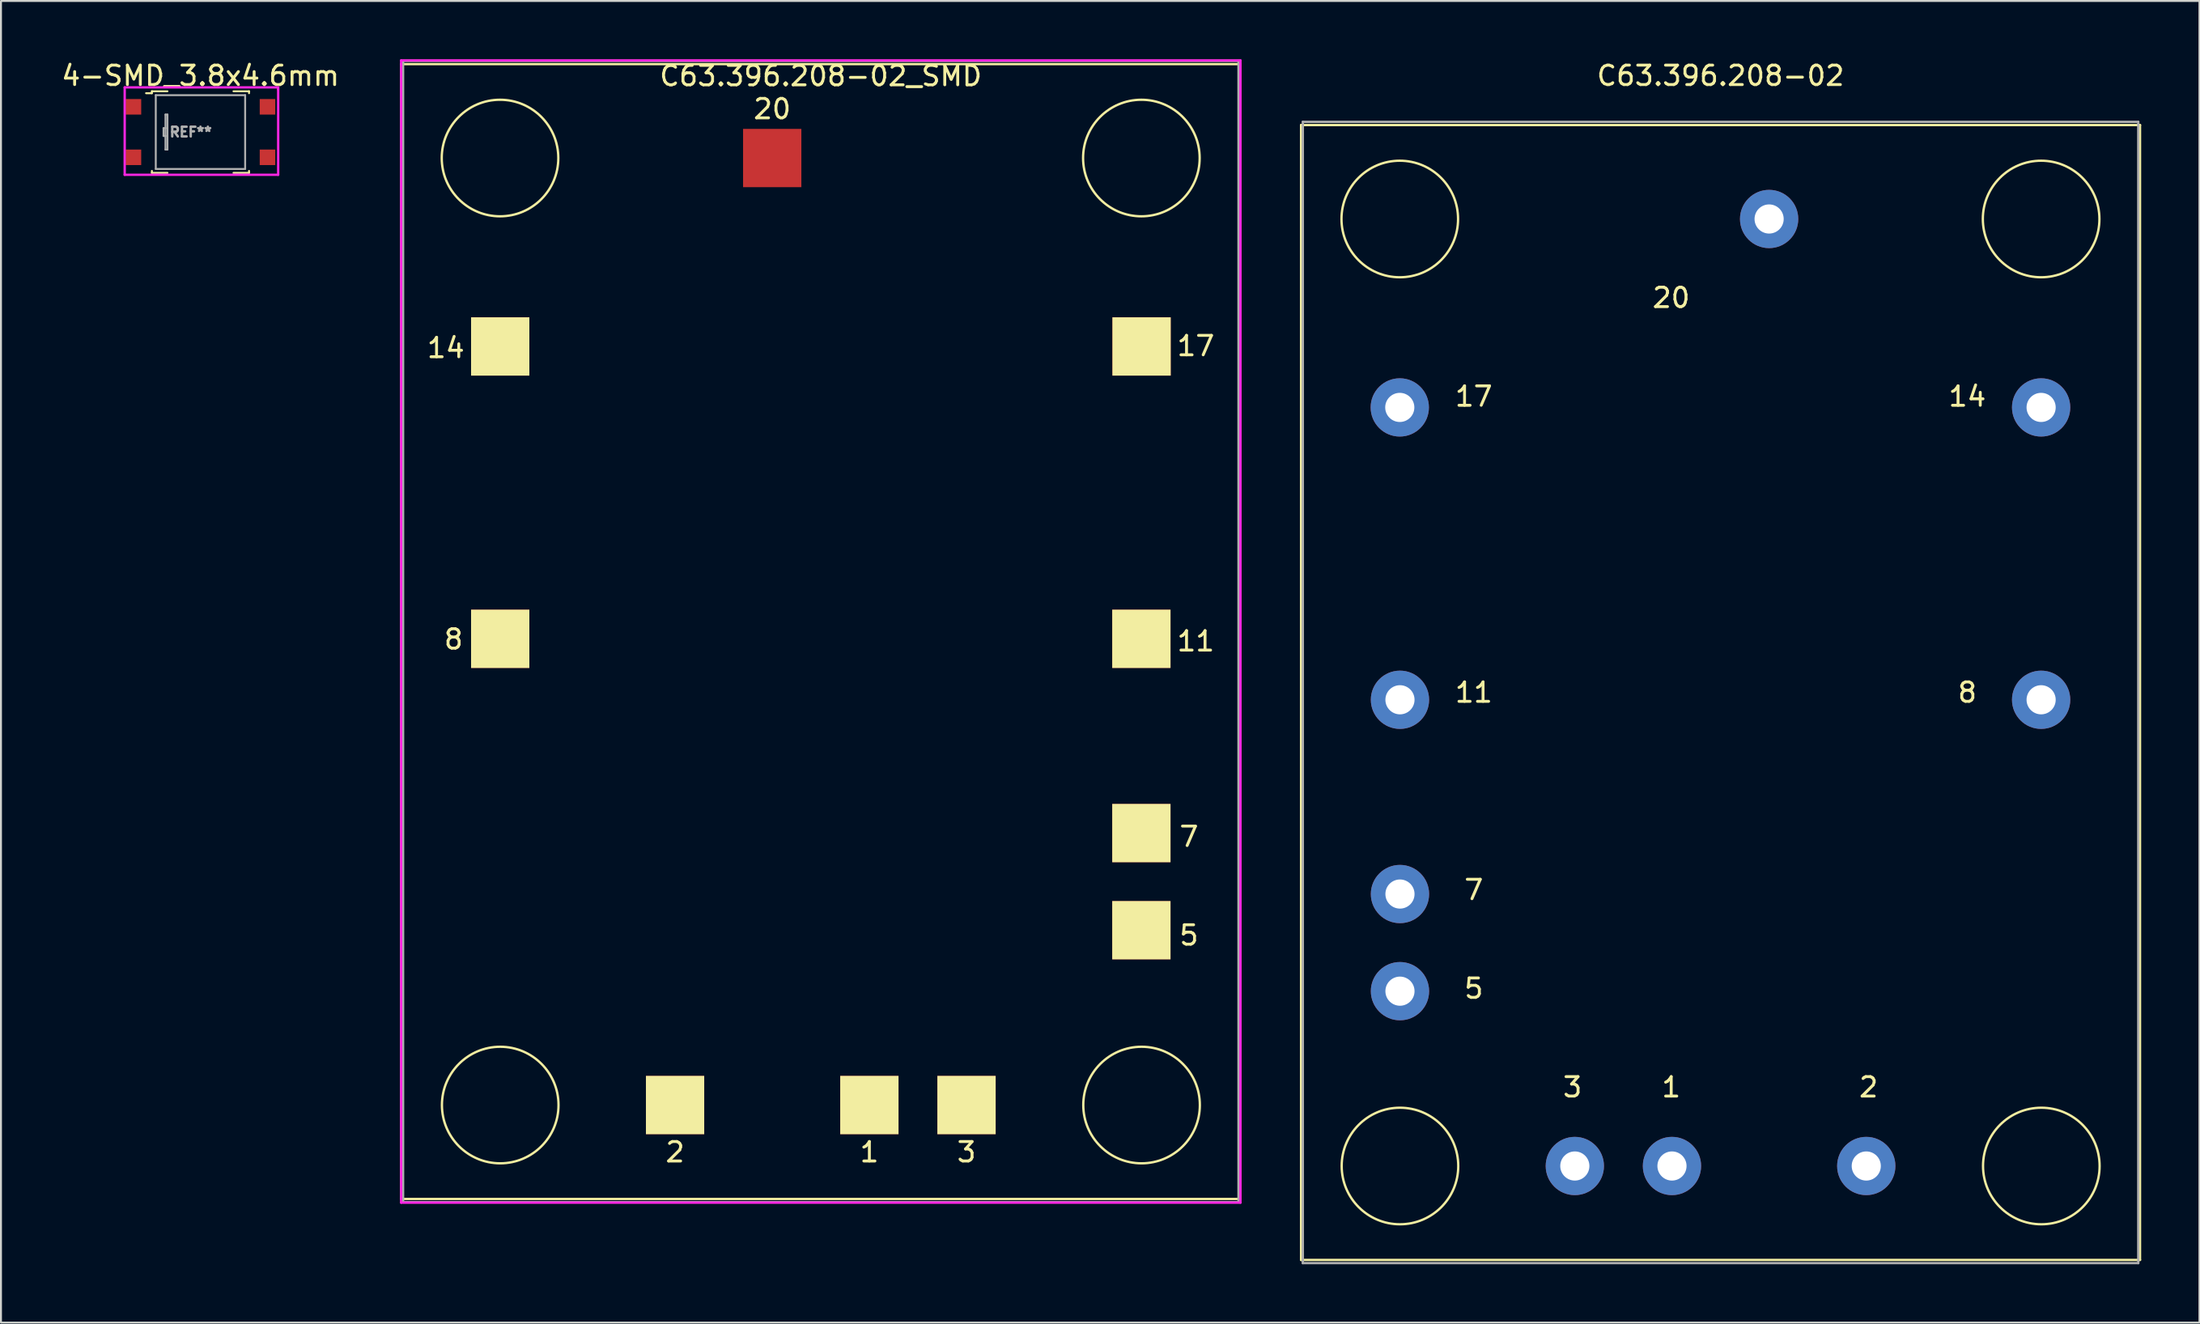
<source format=kicad_pcb>
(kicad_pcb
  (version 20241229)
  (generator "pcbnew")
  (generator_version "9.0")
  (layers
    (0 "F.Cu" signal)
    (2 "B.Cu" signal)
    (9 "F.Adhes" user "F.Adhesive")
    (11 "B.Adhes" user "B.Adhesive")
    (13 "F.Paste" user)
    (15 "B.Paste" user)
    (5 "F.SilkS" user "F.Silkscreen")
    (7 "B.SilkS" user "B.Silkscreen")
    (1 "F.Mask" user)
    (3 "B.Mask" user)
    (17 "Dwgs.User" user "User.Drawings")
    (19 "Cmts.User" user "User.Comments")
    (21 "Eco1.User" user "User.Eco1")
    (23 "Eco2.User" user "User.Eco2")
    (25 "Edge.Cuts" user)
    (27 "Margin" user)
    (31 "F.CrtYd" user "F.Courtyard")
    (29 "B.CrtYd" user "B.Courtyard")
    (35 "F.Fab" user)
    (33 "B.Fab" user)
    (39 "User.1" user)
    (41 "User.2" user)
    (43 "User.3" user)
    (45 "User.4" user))
  (footprint "4-SMD_3.8x4.6mm"
    (layer "F.Cu")
    (at 7.268 3.748)
    (property "Reference" "4-SMD_3.8x4.6mm" (at 0 -2.9 0) (layer "F.SilkS") (effects (font (size 1 1) (thickness 0.15))))
    (attr smd)
    (fp_line (start -2.8 -2) (end -2.5 -2) (stroke (width 0.1) (type solid)) (layer "F.SilkS"))
    (fp_line (start -2.5 -2.1) (end -1.7 -2.1) (stroke (width 0.1) (type solid)) (layer "F.SilkS"))
    (fp_line (start -2.5 -2) (end -2.5 -2.1) (stroke (width 0.1) (type solid)) (layer "F.SilkS"))
    (fp_line (start -2.5 2) (end -2.5 2.1) (stroke (width 0.1) (type solid)) (layer "F.SilkS"))
    (fp_line (start -2.5 2.1) (end -1.7 2.1) (stroke (width 0.1) (type solid)) (layer "F.SilkS"))
    (fp_line (start 2.5 -2.1) (end 1.7 -2.1) (stroke (width 0.1) (type solid)) (layer "F.SilkS"))
    (fp_line (start 2.5 -2) (end 2.5 -2.1) (stroke (width 0.1) (type solid)) (layer "F.SilkS"))
    (fp_line (start 2.5 2) (end 2.5 2.1) (stroke (width 0.1) (type solid)) (layer "F.SilkS"))
    (fp_line (start 2.5 2.1) (end 1.7 2.1) (stroke (width 0.1) (type solid)) (layer "F.SilkS"))
    (fp_line (start -3.9 -2.3) (end 4 -2.3) (stroke (width 0.12) (type solid)) (layer "F.CrtYd"))
    (fp_line (start -3.9 2.2) (end -3.9 -2.3) (stroke (width 0.12) (type solid)) (layer "F.CrtYd"))
    (fp_line (start 4 -2.3) (end 4 -2.2) (stroke (width 0.12) (type solid)) (layer "F.CrtYd"))
    (fp_line (start 4 -2.2) (end 4 2.2) (stroke (width 0.12) (type solid)) (layer "F.CrtYd"))
    (fp_line (start 4 2.2) (end -3.9 2.2) (stroke (width 0.12) (type solid)) (layer "F.CrtYd"))
    (fp_line (start -2.3 -1.9) (end 2.3 -1.9) (stroke (width 0.1) (type solid)) (layer "F.Fab"))
    (fp_line (start -2.3 1.9) (end -2.3 -1.9) (stroke (width 0.1) (type solid)) (layer "F.Fab"))
    (fp_line (start -2.3 1.9) (end 2.3 1.9) (stroke (width 0.1) (type solid)) (layer "F.Fab"))
    (fp_line (start -1.9 -0.2) (end -1.9 0.2) (stroke (width 0.1) (type solid)) (layer "F.Fab"))
    (fp_line (start -1.9 0.2) (end -1.8 0.2) (stroke (width 0.1) (type solid)) (layer "F.Fab"))
    (fp_line (start -1.8 -0.9) (end -1.8 -0.2) (stroke (width 0.1) (type solid)) (layer "F.Fab"))
    (fp_line (start -1.8 -0.2) (end -1.9 -0.2) (stroke (width 0.1) (type solid)) (layer "F.Fab"))
    (fp_line (start -1.8 -0.2) (end -1.8 0.2) (stroke (width 0.1) (type solid)) (layer "F.Fab"))
    (fp_line (start -1.8 0.2) (end -1.8 0.9) (stroke (width 0.1) (type solid)) (layer "F.Fab"))
    (fp_line (start -1.8 0.9) (end -1.7 0.9) (stroke (width 0.1) (type solid)) (layer "F.Fab"))
    (fp_line (start -1.7 -0.9) (end -1.8 -0.9) (stroke (width 0.1) (type solid)) (layer "F.Fab"))
    (fp_line (start -1.7 0.9) (end -1.7 -0.9) (stroke (width 0.1) (type solid)) (layer "F.Fab"))
    (fp_line (start 2.3 1.9) (end 2.3 -1.9) (stroke (width 0.1) (type solid)) (layer "F.Fab"))
    (fp_text user "REF**" (at -0.5 0 0) (layer "F.Fab") (effects (font (size 0.5 0.5) (thickness 0.125))))
    (pad "1" smd rect (at -3.45 -1.3) (size 0.8 0.8) (layers "F.Cu" "F.Mask" "F.Paste"))
    (pad "2" smd rect (at -3.45 1.3) (size 0.8 0.8) (layers "F.Cu" "F.Mask" "F.Paste"))
    (pad "3" smd rect (at 3.45 1.3) (size 0.8 0.8) (layers "F.Cu" "F.Mask" "F.Paste"))
    (pad "4" smd rect (at 3.45 -1.3) (size 0.8 0.8) (layers "F.Cu" "F.Mask" "F.Paste")))
  (footprint "C63.396.208-02"
    (layer "F.Cu")
    (at 85.506 32.598)
    (property "Reference" "C63.396.208-02" (at 0 -31.75 0) (layer "F.SilkS") (effects (font (size 1 1) (thickness 0.15))))
    (attr through_hole)
    (fp_line (start -21.59 -29.21) (end 21.59 -29.21) (stroke (width 0.12) (type solid)) (layer "F.SilkS"))
    (fp_line (start -21.59 29.21) (end -21.59 -29.21) (stroke (width 0.12) (type solid)) (layer "F.SilkS"))
    (fp_line (start 21.59 -29.21) (end 21.59 29.21) (stroke (width 0.12) (type solid)) (layer "F.SilkS"))
    (fp_line (start 21.59 29.21) (end -21.59 29.21) (stroke (width 0.12) (type solid)) (layer "F.SilkS"))
    (fp_circle (center -16.51 -24.375) (end -13.51 -24.375) (stroke (width 0.12) (type solid)) (fill no) (layer "F.SilkS"))
    (fp_circle (center -16.5 24.375) (end -13.5 24.375) (stroke (width 0.12) (type solid)) (fill no) (layer "F.SilkS"))
    (fp_circle (center 16.5 -24.375) (end 19.5 -24.375) (stroke (width 0.12) (type solid)) (fill no) (layer "F.SilkS"))
    (fp_circle (center 16.51 24.375) (end 19.51 24.375) (stroke (width 0.12) (type solid)) (fill no) (layer "F.SilkS"))
    (fp_line (start -21.5 29.375) (end -21.5 -29.375) (stroke (width 0.12) (type solid)) (layer "F.Fab"))
    (fp_line (start 21.5 -29.375) (end -21.5 -29.375) (stroke (width 0.12) (type solid)) (layer "F.Fab"))
    (fp_line (start 21.5 29.375) (end -21.5 29.375) (stroke (width 0.12) (type solid)) (layer "F.Fab"))
    (fp_line (start 21.5 29.375) (end 21.5 -29.375) (stroke (width 0.12) (type solid)) (layer "F.Fab"))
    (fp_text user "5" (at -12.7 15.24 0) (layer "F.SilkS") (effects (font (size 1 1) (thickness 0.15))))
    (fp_text user "20" (at -2.54 -20.32 0) (layer "F.SilkS") (effects (font (size 1 1) (thickness 0.15))))
    (fp_text user "2" (at 7.62 20.32 0) (layer "F.SilkS") (effects (font (size 1 1) (thickness 0.15))))
    (fp_text user "17" (at -12.7 -15.24 0) (layer "F.SilkS") (effects (font (size 1 1) (thickness 0.15))))
    (fp_text user "11" (at -12.7 0 0) (layer "F.SilkS") (effects (font (size 1 1) (thickness 0.15))))
    (fp_text user "1" (at -2.54 20.32 0) (layer "F.SilkS") (effects (font (size 1 1) (thickness 0.15))))
    (fp_text user "7" (at -12.7 10.16 0) (layer "F.SilkS") (effects (font (size 1 1) (thickness 0.15))))
    (fp_text user "14" (at 12.7 -15.24 0) (layer "F.SilkS") (effects (font (size 1 1) (thickness 0.15))))
    (fp_text user "8" (at 12.7 0 0) (layer "F.SilkS") (effects (font (size 1 1) (thickness 0.15))))
    (fp_text user "3" (at -7.62 20.32 0) (layer "F.SilkS") (effects (font (size 1 1) (thickness 0.15))))
    (pad "1" thru_hole circle (at -2.5 24.375) (size 3 3) (drill 1.5) (layers "*.Cu" "*.Mask"))
    (pad "2" thru_hole circle (at 7.5 24.375) (size 3 3) (drill 1.5) (layers "*.Cu" "*.Mask"))
    (pad "3" thru_hole circle (at -7.5 24.375) (size 3 3) (drill 1.5) (layers "*.Cu" "*.Mask"))
    (pad "5" thru_hole circle (at -16.5 15.375) (size 3 3) (drill 1.5) (layers "*.Cu" "*.Mask"))
    (pad "7" thru_hole circle (at -16.5 10.375) (size 3 3) (drill 1.5) (layers "*.Cu" "*.Mask"))
    (pad "8" thru_hole circle (at 16.5 0.375) (size 3 3) (drill 1.5) (layers "*.Cu" "*.Mask"))
    (pad "11" thru_hole circle (at -16.5 0.375) (size 3 3) (drill 1.5) (layers "*.Cu" "*.Mask"))
    (pad "14" thru_hole circle (at 16.5 -14.675) (size 3 3) (drill 1.5) (layers "*.Cu" "*.Mask"))
    (pad "17" thru_hole circle (at -16.51 -14.675) (size 3 3) (drill 1.5) (layers "*.Cu" "*.Mask"))
    (pad "20" thru_hole circle (at 2.5 -24.375) (size 3 3) (drill 1.5) (layers "*.Cu" "*.Mask")))
  (footprint "C63.396.208-02_SMD"
    (layer "F.Cu")
    (at 39.196 29.46)
    (property "Reference" "C63.396.208-02_SMD" (at 0 -28.6 0) (layer "F.SilkS") (effects (font (size 1 1) (thickness 0.15))))
    (attr through_hole)
    (fp_line (start -21.59 -29.21) (end 21.59 -29.21) (stroke (width 0.12) (type solid)) (layer "F.SilkS"))
    (fp_line (start -21.59 29.21) (end -21.59 -29.21) (stroke (width 0.12) (type solid)) (layer "F.SilkS"))
    (fp_line (start 21.59 -29.21) (end 21.59 29.21) (stroke (width 0.12) (type solid)) (layer "F.SilkS"))
    (fp_line (start 21.59 29.21) (end -21.59 29.21) (stroke (width 0.12) (type solid)) (layer "F.SilkS"))
    (fp_circle (center -16.51 -24.375) (end -13.51 -24.375) (stroke (width 0.12) (type solid)) (fill no) (layer "F.SilkS"))
    (fp_circle (center -16.5 24.375) (end -13.5 24.375) (stroke (width 0.12) (type solid)) (fill no) (layer "F.SilkS"))
    (fp_circle (center 16.5 -24.375) (end 19.5 -24.375) (stroke (width 0.12) (type solid)) (fill no) (layer "F.SilkS"))
    (fp_circle (center 16.51 24.375) (end 19.51 24.375) (stroke (width 0.12) (type solid)) (fill no) (layer "F.SilkS"))
    (fp_line (start -21.6 -29.4) (end 21.6 -29.4) (stroke (width 0.12) (type solid)) (layer "F.CrtYd"))
    (fp_line (start -21.6 29.4) (end -21.6 -29.4) (stroke (width 0.12) (type solid)) (layer "F.CrtYd"))
    (fp_line (start 21.6 -29.4) (end 21.6 29.4) (stroke (width 0.12) (type solid)) (layer "F.CrtYd"))
    (fp_line (start 21.6 29.4) (end -21.6 29.4) (stroke (width 0.12) (type solid)) (layer "F.CrtYd"))
    (fp_line (start -21.5 29.375) (end -21.5 -29.375) (stroke (width 0.12) (type solid)) (layer "F.Fab"))
    (fp_line (start 21.5 -29.375) (end -21.5 -29.375) (stroke (width 0.12) (type solid)) (layer "F.Fab"))
    (fp_line (start 21.5 29.375) (end -21.5 29.375) (stroke (width 0.12) (type solid)) (layer "F.Fab"))
    (fp_line (start 21.5 29.375) (end 21.5 -29.375) (stroke (width 0.12) (type solid)) (layer "F.Fab"))
    (fp_text user "2" (at -7.5 26.8 0) (layer "F.SilkS") (effects (font (size 1 1) (thickness 0.15))))
    (fp_text user "1" (at 2.5 26.8 0) (layer "F.SilkS") (effects (font (size 1 1) (thickness 0.15))))
    (fp_text user "20" (at -2.5 -26.9 0) (layer "F.SilkS") (effects (font (size 1 1) (thickness 0.15))))
    (fp_text user "14" (at -19.3 -14.6 0) (layer "F.SilkS") (effects (font (size 1 1) (thickness 0.15))))
    (fp_text user "3" (at 7.5 26.8 0) (layer "F.SilkS") (effects (font (size 1 1) (thickness 0.15))))
    (fp_text user "8" (at -18.9 0.4 0) (layer "F.SilkS") (effects (font (size 1 1) (thickness 0.15))))
    (fp_text user "17" (at 19.3 -14.7 0) (layer "F.SilkS") (effects (font (size 1 1) (thickness 0.15))))
    (fp_text user "7" (at 18.95 10.56 0) (layer "F.SilkS") (effects (font (size 1 1) (thickness 0.15))))
    (fp_text user "5" (at 18.95 15.64 0) (layer "F.SilkS") (effects (font (size 1 1) (thickness 0.15))))
    (fp_text user "11" (at 19.3 0.5 0) (layer "F.SilkS") (effects (font (size 1 1) (thickness 0.15))))
    (pad "1" smd rect (at 2.5 24.375) (size 3 3) (layers "F.Cu" "F.Mask" "F.SilkS" "F.Paste"))
    (pad "2" smd rect (at -7.5 24.375) (size 3 3) (layers "F.Cu" "F.Mask" "F.SilkS" "F.Paste"))
    (pad "3" smd rect (at 7.5 24.375) (size 3 3) (layers "F.Cu" "F.Mask" "F.SilkS" "F.Paste"))
    (pad "5" smd rect (at 16.5 15.375) (size 3 3) (layers "F.Cu" "F.Mask" "F.SilkS" "F.Paste"))
    (pad "7" smd rect (at 16.5 10.375) (size 3 3) (layers "F.Cu" "F.Mask" "F.SilkS" "F.Paste"))
    (pad "8" smd rect (at -16.5 0.375) (size 3 3) (layers "F.Cu" "F.Mask" "F.SilkS" "F.Paste"))
    (pad "11" smd rect (at 16.5 0.375) (size 3 3) (layers "F.Cu" "F.Mask" "F.SilkS" "F.Paste"))
    (pad "14" smd rect (at -16.5 -14.675) (size 3 3) (layers "F.Cu" "F.Mask" "F.SilkS" "F.Paste"))
    (pad "17" smd rect (at 16.51 -14.675) (size 3 3) (layers "F.Cu" "F.Mask" "F.SilkS" "F.Paste"))
    (pad "20" smd rect (at -2.5 -24.375) (size 3 3) (layers "F.Cu" "F.Mask" "F.Paste")))
  (gr_rect
    (start -3 -3)
    (end 110.156 65.033)
    (stroke (width 0.1) (type default))
    (fill no)
    (layer "Edge.Cuts")))
</source>
